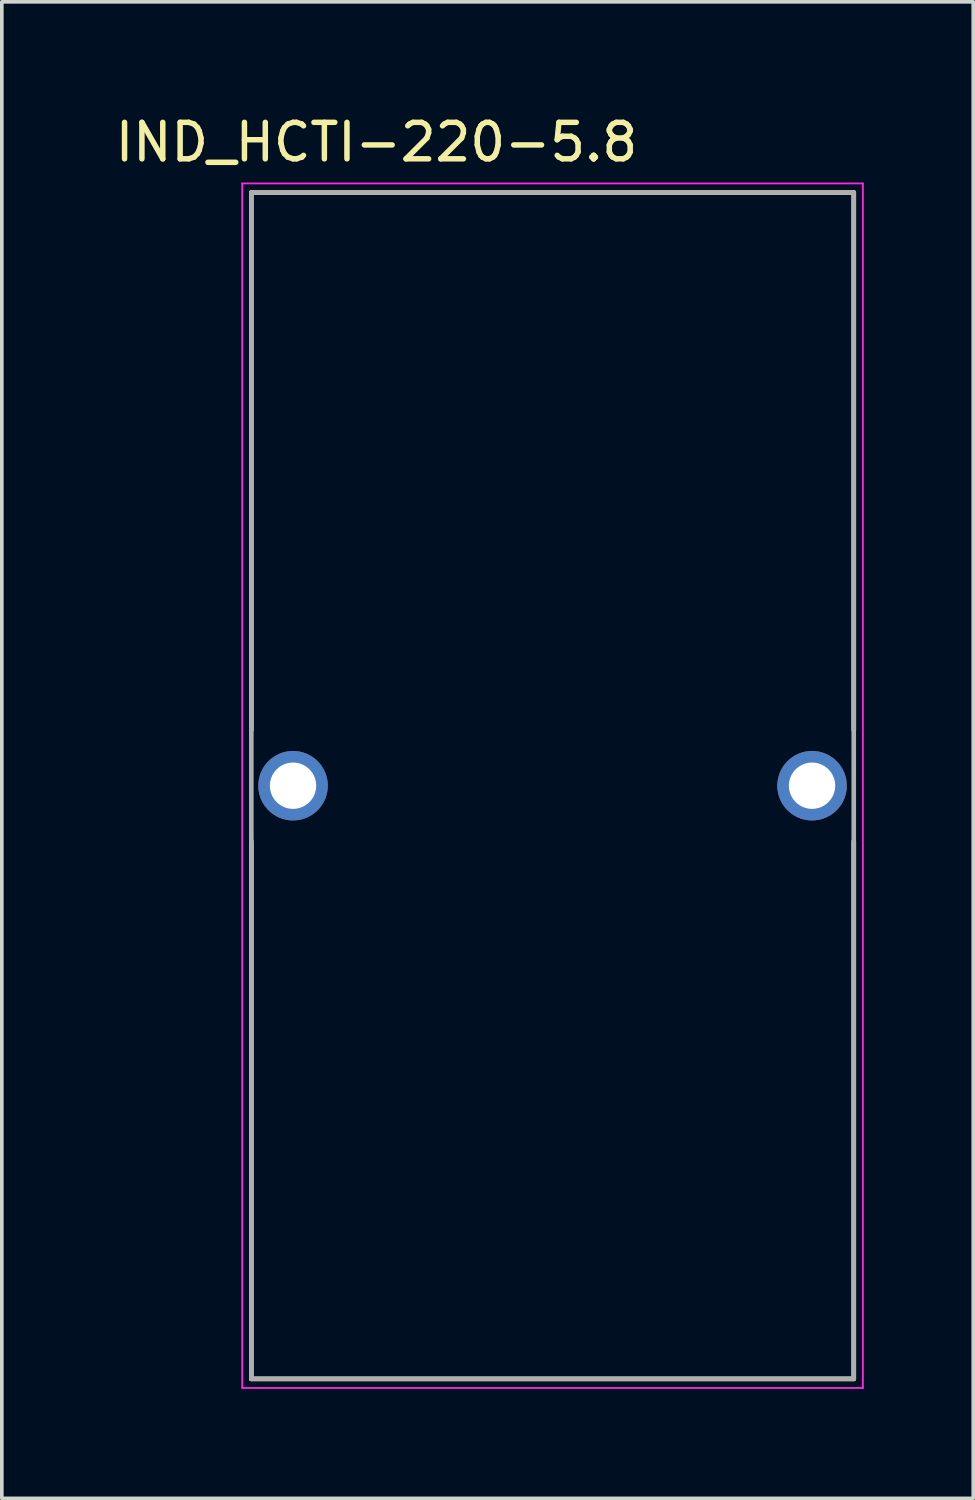
<source format=kicad_pcb>
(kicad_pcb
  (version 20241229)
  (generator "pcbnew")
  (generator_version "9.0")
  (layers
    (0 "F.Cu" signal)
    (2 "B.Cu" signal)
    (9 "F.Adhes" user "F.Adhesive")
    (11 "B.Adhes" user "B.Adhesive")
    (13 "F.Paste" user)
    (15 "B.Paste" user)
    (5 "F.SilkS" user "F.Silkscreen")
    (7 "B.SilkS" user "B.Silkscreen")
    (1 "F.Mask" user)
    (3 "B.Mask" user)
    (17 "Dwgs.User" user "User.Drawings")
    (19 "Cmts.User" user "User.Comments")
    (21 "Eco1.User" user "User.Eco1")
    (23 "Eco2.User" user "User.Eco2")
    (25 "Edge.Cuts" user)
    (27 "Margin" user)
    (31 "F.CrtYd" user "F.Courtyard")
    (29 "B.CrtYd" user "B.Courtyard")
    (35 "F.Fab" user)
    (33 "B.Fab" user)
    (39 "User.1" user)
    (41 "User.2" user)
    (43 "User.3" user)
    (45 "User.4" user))
  (footprint "IND_HCTI-220-5.8"
    (layer "F.Cu")
    (at 12.093 18.483)
    (property "Reference" "IND_HCTI-220-5.8" (at -4.825 -17.635 0) (layer "F.SilkS") (effects (font (size 1 1) (thickness 0.15))))
    (attr through_hole)
    (fp_line (start -8.255 -16.256) (end 8.255 -16.256) (stroke (width 0.127) (type solid)) (layer "F.SilkS"))
    (fp_line (start -8.255 -1.524) (end -8.255 -16.256) (stroke (width 0.127) (type solid)) (layer "F.SilkS"))
    (fp_line (start -8.255 16.256) (end -8.255 1.524) (stroke (width 0.127) (type solid)) (layer "F.SilkS"))
    (fp_line (start 8.255 -1.524) (end 8.255 -16.256) (stroke (width 0.127) (type solid)) (layer "F.SilkS"))
    (fp_line (start 8.255 16.256) (end -8.255 16.256) (stroke (width 0.127) (type solid)) (layer "F.SilkS"))
    (fp_line (start 8.255 16.256) (end 8.255 1.524) (stroke (width 0.127) (type solid)) (layer "F.SilkS"))
    (fp_line (start -8.505 -16.506) (end 8.505 -16.506) (stroke (width 0.05) (type solid)) (layer "F.CrtYd"))
    (fp_line (start -8.505 16.506) (end -8.505 -16.506) (stroke (width 0.05) (type solid)) (layer "F.CrtYd"))
    (fp_line (start 8.505 -16.506) (end 8.505 16.506) (stroke (width 0.05) (type solid)) (layer "F.CrtYd"))
    (fp_line (start 8.505 16.506) (end -8.505 16.506) (stroke (width 0.05) (type solid)) (layer "F.CrtYd"))
    (fp_line (start -8.255 -16.256) (end 8.255 -16.256) (stroke (width 0.127) (type solid)) (layer "F.Fab"))
    (fp_line (start -8.255 16.256) (end -8.255 -16.256) (stroke (width 0.127) (type solid)) (layer "F.Fab"))
    (fp_line (start 8.255 -16.256) (end 8.255 16.256) (stroke (width 0.127) (type solid)) (layer "F.Fab"))
    (fp_line (start 8.255 16.256) (end -8.255 16.256) (stroke (width 0.127) (type solid)) (layer "F.Fab"))
    (pad "1" thru_hole circle (at -7.112 0) (size 1.905 1.905) (drill 1.27) (layers "*.Cu" "*.Mask"))
    (pad "2" thru_hole circle (at 7.112 0) (size 1.905 1.905) (drill 1.27) (layers "*.Cu" "*.Mask")))
  (gr_rect
    (start -3 -3)
    (end 23.623 38.014)
    (stroke (width 0.1) (type default))
    (fill no)
    (layer "Edge.Cuts")))
</source>
